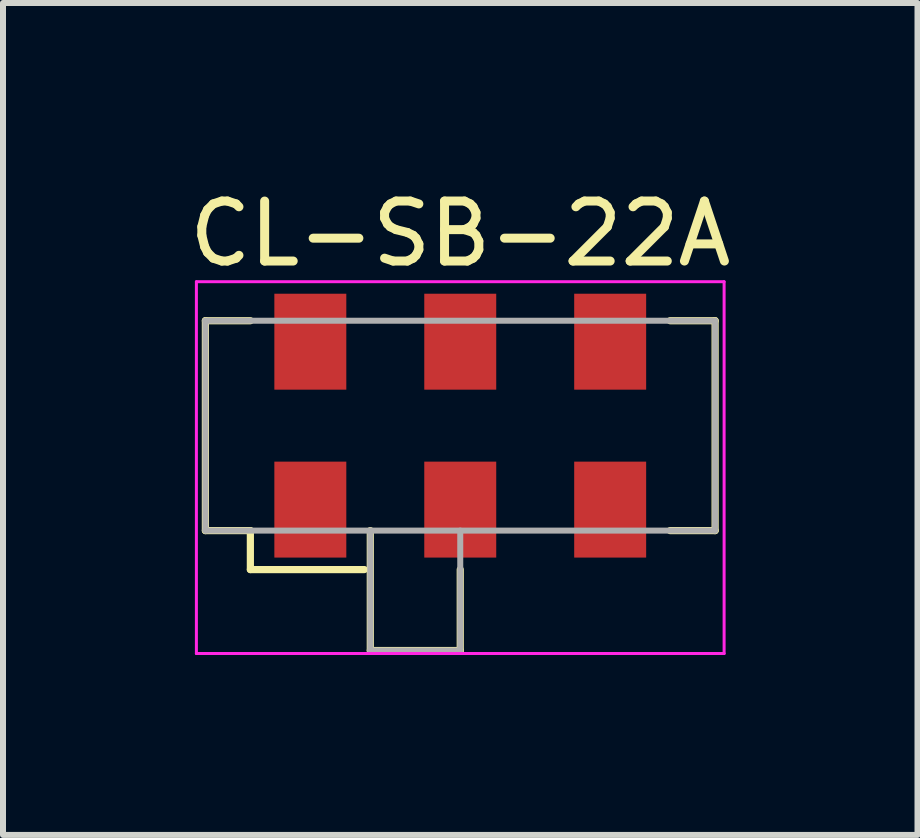
<source format=kicad_pcb>
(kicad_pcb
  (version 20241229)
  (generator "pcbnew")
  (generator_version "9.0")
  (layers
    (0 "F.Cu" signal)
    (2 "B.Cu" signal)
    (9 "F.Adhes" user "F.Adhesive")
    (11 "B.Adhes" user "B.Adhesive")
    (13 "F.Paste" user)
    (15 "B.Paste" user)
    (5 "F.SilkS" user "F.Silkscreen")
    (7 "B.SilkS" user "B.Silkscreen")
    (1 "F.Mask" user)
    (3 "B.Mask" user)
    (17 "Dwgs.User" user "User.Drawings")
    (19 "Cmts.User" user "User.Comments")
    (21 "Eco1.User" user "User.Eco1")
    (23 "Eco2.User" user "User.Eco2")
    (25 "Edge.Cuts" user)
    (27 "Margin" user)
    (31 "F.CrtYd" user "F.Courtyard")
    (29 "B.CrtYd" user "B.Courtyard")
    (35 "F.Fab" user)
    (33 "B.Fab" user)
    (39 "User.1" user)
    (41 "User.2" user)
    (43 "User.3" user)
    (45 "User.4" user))
  (footprint "CL-SB-22A"
    (layer "F.Cu")
    (at 4.625 4.048)
    (property "Reference" "CL-SB-22A" (at 0 -3.2 0) (layer "F.SilkS") (effects (font (size 1 1) (thickness 0.15))))
    (attr smd)
    (fp_line (start -4.25 -1.75) (end -4.25 1.75) (stroke (width 0.12) (type solid)) (layer "F.SilkS"))
    (fp_line (start -4.25 1.75) (end -3.5 1.75) (stroke (width 0.12) (type solid)) (layer "F.SilkS"))
    (fp_line (start -3.5 -1.75) (end -4.25 -1.75) (stroke (width 0.12) (type solid)) (layer "F.SilkS"))
    (fp_line (start -3.5 1.75) (end -3.5 2.4) (stroke (width 0.12) (type solid)) (layer "F.SilkS"))
    (fp_line (start -3.5 2.4) (end -1.6 2.4) (stroke (width 0.12) (type solid)) (layer "F.SilkS"))
    (fp_line (start -1.5 1.75) (end -1.5 3.75) (stroke (width 0.12) (type solid)) (layer "F.SilkS"))
    (fp_line (start -1.5 3.75) (end 0 3.75) (stroke (width 0.12) (type solid)) (layer "F.SilkS"))
    (fp_line (start 0 3.75) (end 0 2.4) (stroke (width 0.12) (type solid)) (layer "F.SilkS"))
    (fp_line (start 3.5 -1.75) (end 4.25 -1.75) (stroke (width 0.12) (type solid)) (layer "F.SilkS"))
    (fp_line (start 4.25 -1.75) (end 4.25 1.75) (stroke (width 0.12) (type solid)) (layer "F.SilkS"))
    (fp_line (start 4.25 1.75) (end 3.5 1.75) (stroke (width 0.12) (type solid)) (layer "F.SilkS"))
    (fp_line (start -4.4 -2.4) (end 4.4 -2.4) (stroke (width 0.05) (type solid)) (layer "F.CrtYd"))
    (fp_line (start -4.4 3.8) (end -4.4 -2.4) (stroke (width 0.05) (type solid)) (layer "F.CrtYd"))
    (fp_line (start 4.4 -2.4) (end 4.4 3.8) (stroke (width 0.05) (type solid)) (layer "F.CrtYd"))
    (fp_line (start 4.4 3.8) (end -4.4 3.8) (stroke (width 0.05) (type solid)) (layer "F.CrtYd"))
    (fp_line (start -4.25 -1.75) (end 4.25 -1.75) (stroke (width 0.1) (type solid)) (layer "F.Fab"))
    (fp_line (start -4.25 1.75) (end -4.25 -1.75) (stroke (width 0.1) (type solid)) (layer "F.Fab"))
    (fp_line (start -1.5 3.75) (end -1.5 1.75) (stroke (width 0.1) (type solid)) (layer "F.Fab"))
    (fp_line (start 0 1.75) (end 0 3.75) (stroke (width 0.1) (type solid)) (layer "F.Fab"))
    (fp_line (start 0 3.75) (end -1.5 3.75) (stroke (width 0.1) (type solid)) (layer "F.Fab"))
    (fp_line (start 4.25 -1.75) (end 4.25 1.75) (stroke (width 0.1) (type solid)) (layer "F.Fab"))
    (fp_line (start 4.25 1.75) (end -4.25 1.75) (stroke (width 0.1) (type solid)) (layer "F.Fab"))
    (pad "1" smd rect (at -2.5 1.4) (size 1.2 1.6) (layers "F.Cu" "F.Mask" "F.Paste"))
    (pad "2" smd rect (at 0 1.4) (size 1.2 1.6) (layers "F.Cu" "F.Mask" "F.Paste"))
    (pad "3" smd rect (at 2.5 1.4) (size 1.2 1.6) (layers "F.Cu" "F.Mask" "F.Paste"))
    (pad "4" smd rect (at -2.5 -1.4) (size 1.2 1.6) (layers "F.Cu" "F.Mask" "F.Paste"))
    (pad "5" smd rect (at 0 -1.4) (size 1.2 1.6) (layers "F.Cu" "F.Mask" "F.Paste"))
    (pad "6" smd rect (at 2.5 -1.4) (size 1.2 1.6) (layers "F.Cu" "F.Mask" "F.Paste")))
  (gr_rect
    (start -3 -3)
    (end 12.25 10.873)
    (stroke (width 0.1) (type default))
    (fill no)
    (layer "Edge.Cuts")))
</source>
